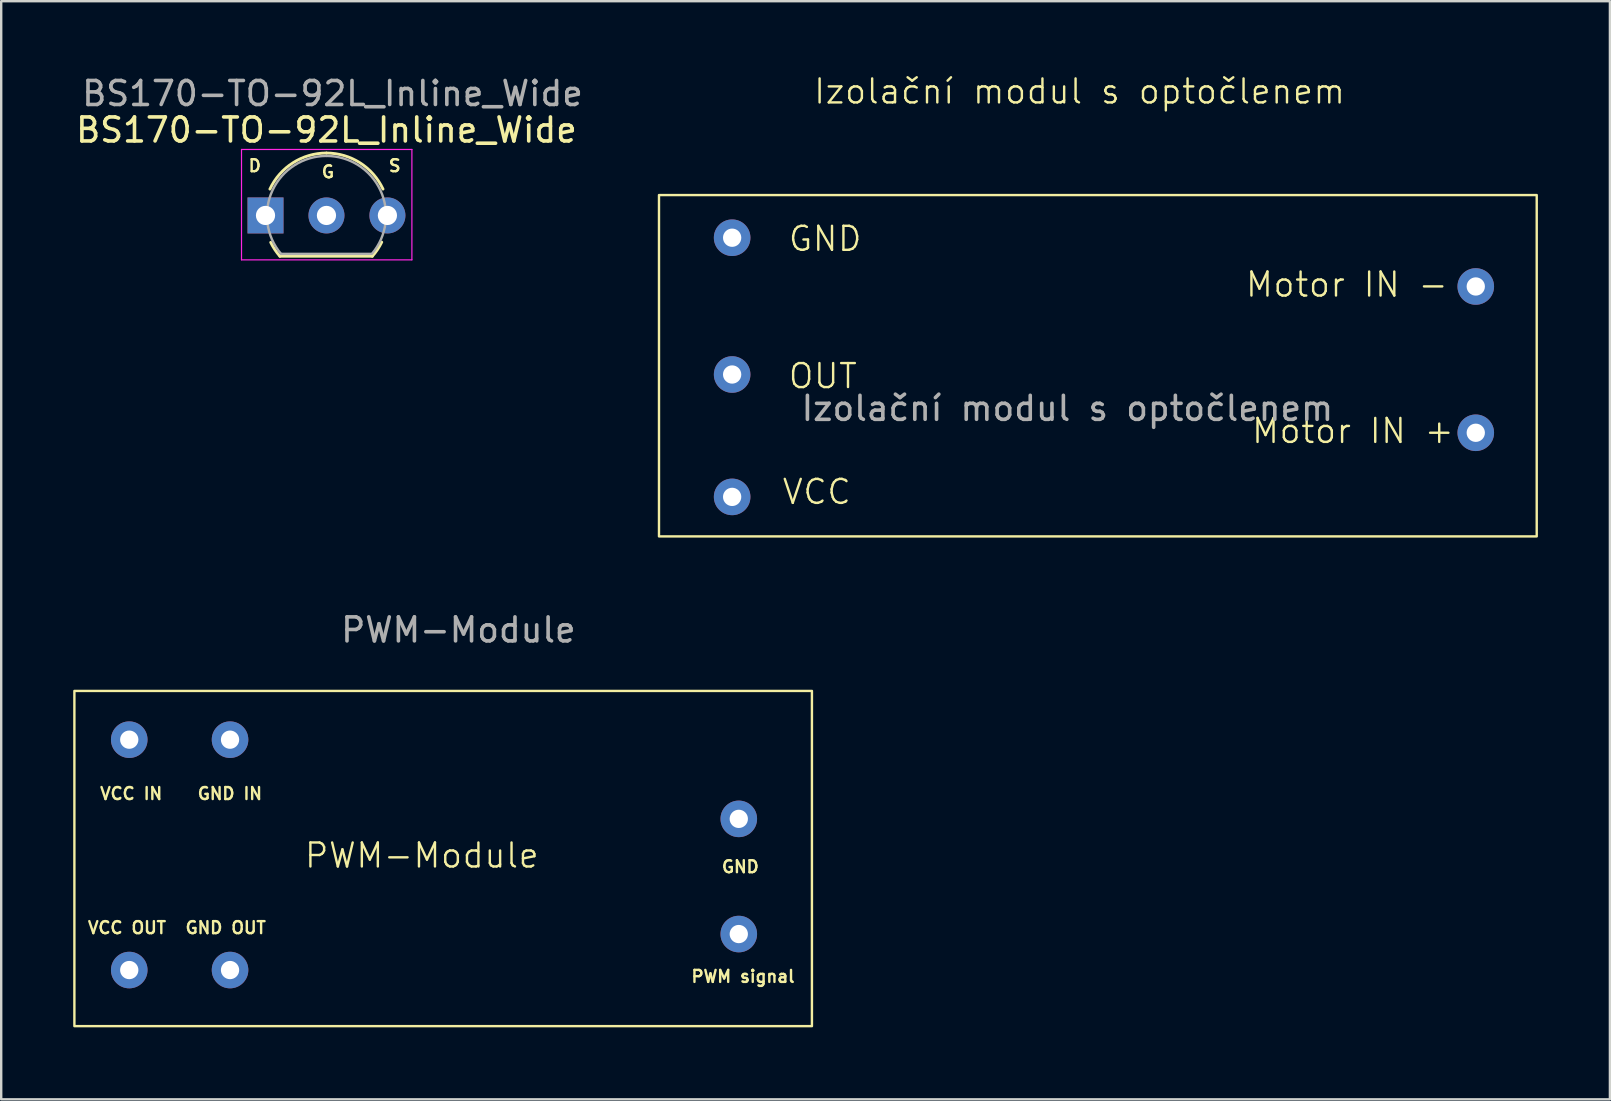
<source format=kicad_pcb>
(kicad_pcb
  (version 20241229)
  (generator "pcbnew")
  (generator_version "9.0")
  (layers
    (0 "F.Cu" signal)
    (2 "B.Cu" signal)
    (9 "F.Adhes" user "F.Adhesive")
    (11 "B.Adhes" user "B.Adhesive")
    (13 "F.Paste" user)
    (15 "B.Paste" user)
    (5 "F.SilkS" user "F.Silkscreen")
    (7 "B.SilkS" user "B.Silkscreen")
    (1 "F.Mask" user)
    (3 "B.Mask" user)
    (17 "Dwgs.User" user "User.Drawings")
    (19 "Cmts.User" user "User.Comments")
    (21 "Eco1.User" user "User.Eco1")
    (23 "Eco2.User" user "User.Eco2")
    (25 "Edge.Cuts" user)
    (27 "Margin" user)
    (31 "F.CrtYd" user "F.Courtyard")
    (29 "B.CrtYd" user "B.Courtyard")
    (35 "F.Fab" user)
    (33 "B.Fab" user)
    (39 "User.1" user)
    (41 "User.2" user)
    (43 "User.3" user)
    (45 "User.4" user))
  (footprint "Izolační modul s optočlenem"
    (layer "F.Cu")
    (at 27.459 6.856)
    (property "Reference" "Izolační modul s optočlenem" (at 14.478 -6.096 0) (unlocked yes) (layer "F.SilkS") (effects (font (size 1 1) (thickness 0.1))))
    (attr through_hole)
    (fp_rect (start -3.048 -1.778) (end 33.528 12.446) (stroke (width 0.1) (type default)) (fill no) (layer "F.SilkS"))
    (fp_text user "VCC" (at 2.032 11.176 0) (unlocked yes) (layer "F.SilkS") (effects (font (size 1 1) (thickness 0.1)) (justify left bottom)))
    (fp_text user "Motor IN -" (at 21.336 2.536 0) (unlocked yes) (layer "F.SilkS") (effects (font (size 1 1) (thickness 0.1)) (justify left bottom)))
    (fp_text user "OUT" (at 2.286 6.35 0) (unlocked yes) (layer "F.SilkS") (effects (font (size 1 1) (thickness 0.1)) (justify left bottom)))
    (fp_text user "Motor IN +" (at 21.59 8.636 0) (unlocked yes) (layer "F.SilkS") (effects (font (size 1 1) (thickness 0.1)) (justify left bottom)))
    (fp_text user "GND" (at 2.286 0.63 0) (unlocked yes) (layer "F.SilkS") (effects (font (size 1 1) (thickness 0.1)) (justify left bottom)))
    (fp_text user "${REFERENCE}" (at 13.97 7.112 0) (unlocked yes) (layer "F.Fab") (effects (font (size 1 1) (thickness 0.15))))
    (pad "1" thru_hole circle (at 30.988 8.128) (size 1.524 1.524) (drill 0.762) (layers "*.Cu" "*.Mask"))
    (pad "2" thru_hole circle (at 30.988 2.032) (size 1.524 1.524) (drill 0.762) (layers "*.Cu" "*.Mask"))
    (pad "3" thru_hole circle (at 0 10.8) (size 1.524 1.524) (drill 0.762) (layers "*.Cu" "*.Mask"))
    (pad "4" thru_hole circle (at 0 5.7) (size 1.524 1.524) (drill 0.762) (layers "*.Cu" "*.Mask"))
    (pad "5" thru_hole circle (at 0 0) (size 1.524 1.524) (drill 0.762) (layers "*.Cu" "*.Mask")))
  (footprint "PWM-Module"
    (layer "F.Cu")
    (at 2.336 27.773)
    (property "Reference" "PWM-Module" (at 12.192 4.826 0) (unlocked yes) (layer "F.SilkS") (effects (font (size 1 1) (thickness 0.1))))
    (attr through_hole)
    (fp_rect (start -2.286 -2.032) (end 28.448 11.938) (stroke (width 0.1) (type default)) (fill no) (layer "F.SilkS"))
    (fp_text user "GND OUT" (at 2.286 8.128 0) (unlocked yes) (layer "F.SilkS") (effects (font (size 0.5 0.5) (thickness 0.1)) (justify left bottom)))
    (fp_text user "VCC OUT" (at -1.778 8.128 0) (unlocked yes) (layer "F.SilkS") (effects (font (size 0.5 0.5) (thickness 0.1)) (justify left bottom)))
    (fp_text user "GND" (at 24.638 5.588 0) (unlocked yes) (layer "F.SilkS") (effects (font (size 0.5 0.5) (thickness 0.1)) (justify left bottom)))
    (fp_text user "PWM signal" (at 23.368 10.16 0) (unlocked yes) (layer "F.SilkS") (effects (font (size 0.5 0.5) (thickness 0.1)) (justify left bottom)))
    (fp_text user "VCC IN" (at -1.27 2.54 0) (unlocked yes) (layer "F.SilkS") (effects (font (size 0.5 0.5) (thickness 0.1)) (justify left bottom)))
    (fp_text user "GND IN" (at 2.794 2.54 0) (unlocked yes) (layer "F.SilkS") (effects (font (size 0.5 0.5) (thickness 0.1)) (justify left bottom)))
    (fp_text user "${REFERENCE}" (at 13.716 -4.572 0) (unlocked yes) (layer "F.Fab") (effects (font (size 1 1) (thickness 0.15))))
    (pad "2" thru_hole circle (at 25.4 3.3) (size 1.524 1.524) (drill 0.762) (layers "*.Cu" "*.Mask"))
    (pad "2" thru_hole circle (at 25.4 8.1) (size 1.524 1.524) (drill 0.762) (layers "*.Cu" "*.Mask"))
    (pad "3" thru_hole circle (at 0 0 90) (size 1.524 1.524) (drill 0.762) (layers "*.Cu" "*.Mask"))
    (pad "4" thru_hole circle (at 4.2 0 90) (size 1.524 1.524) (drill 0.762) (layers "*.Cu" "*.Mask"))
    (pad "5" thru_hole circle (at 0 9.6 90) (size 1.524 1.524) (drill 0.762) (layers "*.Cu" "*.Mask"))
    (pad "6" thru_hole circle (at 4.2 9.6 90) (size 1.524 1.524) (drill 0.762) (layers "*.Cu" "*.Mask")))
  (footprint "BS170-TO-92L_Inline_Wide"
    (layer "F.Cu")
    (at 8.014 5.928)
    (property "Reference" "BS170-TO-92L_Inline_Wide" (at 2.54 -3.56 180) (layer "F.SilkS") (effects (font (size 1 1) (thickness 0.15))))
    (attr through_hole)
    (fp_line (start 0.6 1.7) (end 4.45 1.7) (stroke (width 0.12) (type solid)) (layer "F.SilkS"))
    (fp_arc (start 0.1836 -1.098807) (mid 1.143021 -2.192817) (end 2.54 -2.6) (stroke (width 0.12) (type solid)) (layer "F.SilkS"))
    (fp_arc (start 0.6 1.7) (mid 0.389183 1.423933) (end 0.217369 1.122045) (stroke (width 0.12) (type solid)) (layer "F.SilkS"))
    (fp_arc (start 2.54 -2.6) (mid 3.936979 -2.192818) (end 4.8964 -1.098807) (stroke (width 0.12) (type solid)) (layer "F.SilkS"))
    (fp_arc (start 4.842383 1.112264) (mid 4.666594 1.419753) (end 4.45 1.7) (stroke (width 0.12) (type solid)) (layer "F.SilkS"))
    (fp_line (start -1 -2.75) (end -1 1.85) (stroke (width 0.05) (type solid)) (layer "F.CrtYd"))
    (fp_line (start -1 -2.75) (end 6.1 -2.75) (stroke (width 0.05) (type solid)) (layer "F.CrtYd"))
    (fp_line (start 6.1 1.85) (end -1 1.85) (stroke (width 0.05) (type solid)) (layer "F.CrtYd"))
    (fp_line (start 6.1 1.85) (end 6.1 -2.75) (stroke (width 0.05) (type solid)) (layer "F.CrtYd"))
    (fp_line (start 0.65 1.6) (end 4.4 1.6) (stroke (width 0.1) (type solid)) (layer "F.Fab"))
    (fp_arc (start 0.647182 1.602385) (mid 0.290076 -1.043188) (end 2.54 -2.48) (stroke (width 0.1) (type solid)) (layer "F.Fab"))
    (fp_arc (start 2.54 -2.48) (mid 4.787211 -1.049019) (end 4.441103 1.592547) (stroke (width 0.1) (type solid)) (layer "F.Fab"))
    (fp_text user "D" (at -0.762 -1.778 0) (unlocked yes) (layer "F.SilkS") (effects (font (size 0.5 0.5) (thickness 0.1)) (justify left bottom)))
    (fp_text user "G" (at 2.286 -1.524 0) (unlocked yes) (layer "F.SilkS") (effects (font (size 0.5 0.5) (thickness 0.1)) (justify left bottom)))
    (fp_text user "S" (at 5.08 -1.778 0) (unlocked yes) (layer "F.SilkS") (effects (font (size 0.5 0.5) (thickness 0.1)) (justify left bottom)))
    (fp_text user "${REFERENCE}" (at 2.794 -5.08 180) (layer "F.Fab") (effects (font (size 1 1) (thickness 0.15))))
    (pad "1" thru_hole circle (at 2.54 0) (size 1.5 1.5) (drill 0.8) (layers "*.Cu" "*.Mask"))
    (pad "2" thru_hole rect (at 0 0) (size 1.5 1.5) (drill 0.8) (layers "*.Cu" "*.Mask"))
    (pad "3" thru_hole circle (at 5.08 0) (size 1.5 1.5) (drill 0.8) (layers "*.Cu" "*.Mask")))
  (gr_rect
    (start -3 -3)
    (end 64.037 42.761)
    (stroke (width 0.1) (type default))
    (fill no)
    (layer "Edge.Cuts")))
</source>
